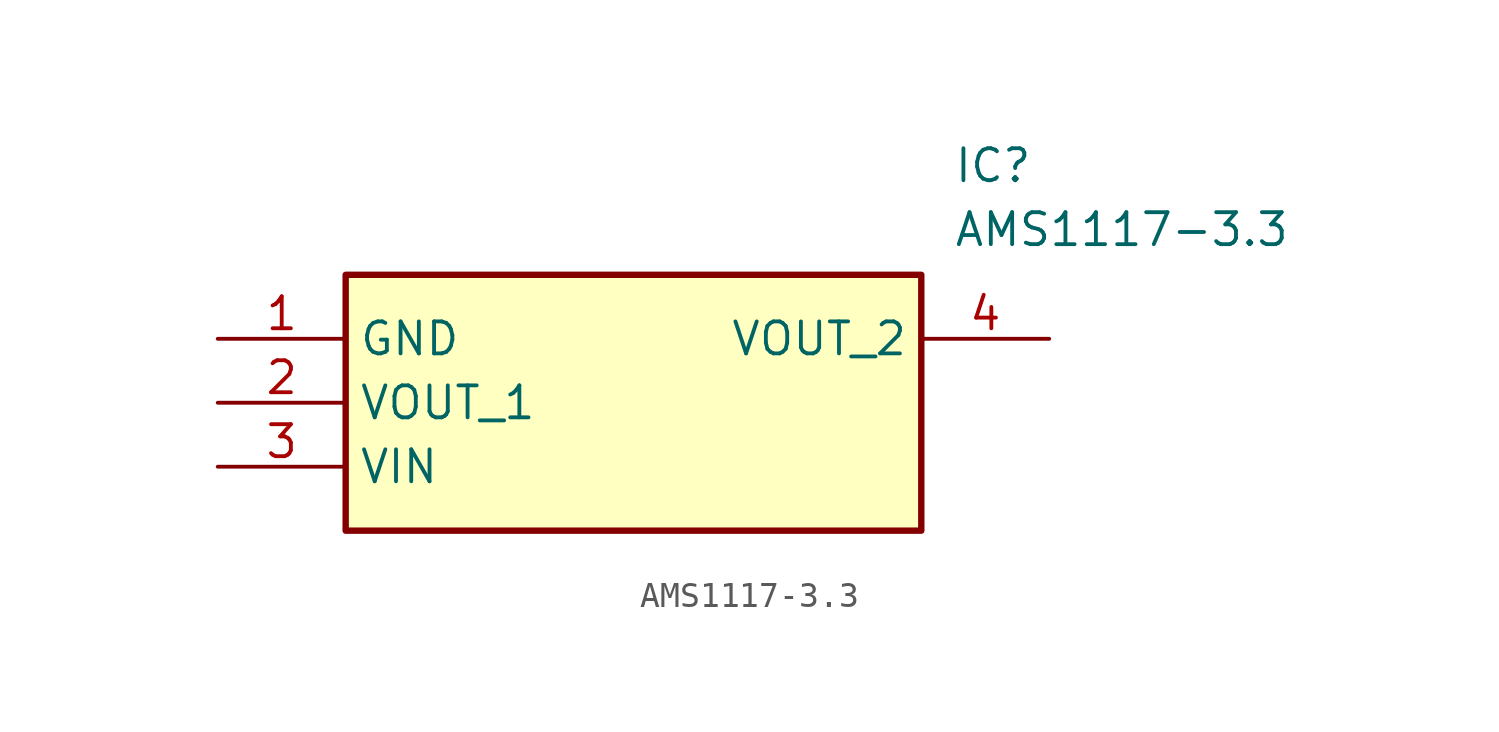
<source format=kicad_sym>
(kicad_symbol_lib
  (version 20211014)
  (generator SamacSys_ECAD_Model)
  (symbol "AMS1117-3.3"
    (property "Reference" "IC"
      (at 29.21 7.62 0)
      (effects (font (size 1.27 1.27)) (justify left top)))
    (property "Value" "AMS1117-3.3"
      (at 29.21 5.08 0)
      (effects (font (size 1.27 1.27)) (justify left top)))
    (rectangle
      (start 5.08 2.54)
      (end 27.94 -7.62)
      (stroke (width 0.254) (type default))
      (fill (type background)))
    (pin passive line
      (at 0 0 0)
      (length 5.08)
      (name "GND" (effects (font (size 1.27 1.27))))
      (number "1" (effects (font (size 1.27 1.27)))))
    (pin passive line
      (at 0 -2.54 0)
      (length 5.08)
      (name "VOUT_1" (effects (font (size 1.27 1.27))))
      (number "2" (effects (font (size 1.27 1.27)))))
    (pin passive line
      (at 0 -5.08 0)
      (length 5.08)
      (name "VIN" (effects (font (size 1.27 1.27))))
      (number "3" (effects (font (size 1.27 1.27)))))
    (pin passive line
      (at 33.02 0 180)
      (length 5.08)
      (name "VOUT_2" (effects (font (size 1.27 1.27))))
      (number "4" (effects (font (size 1.27 1.27)))))))
</source>
